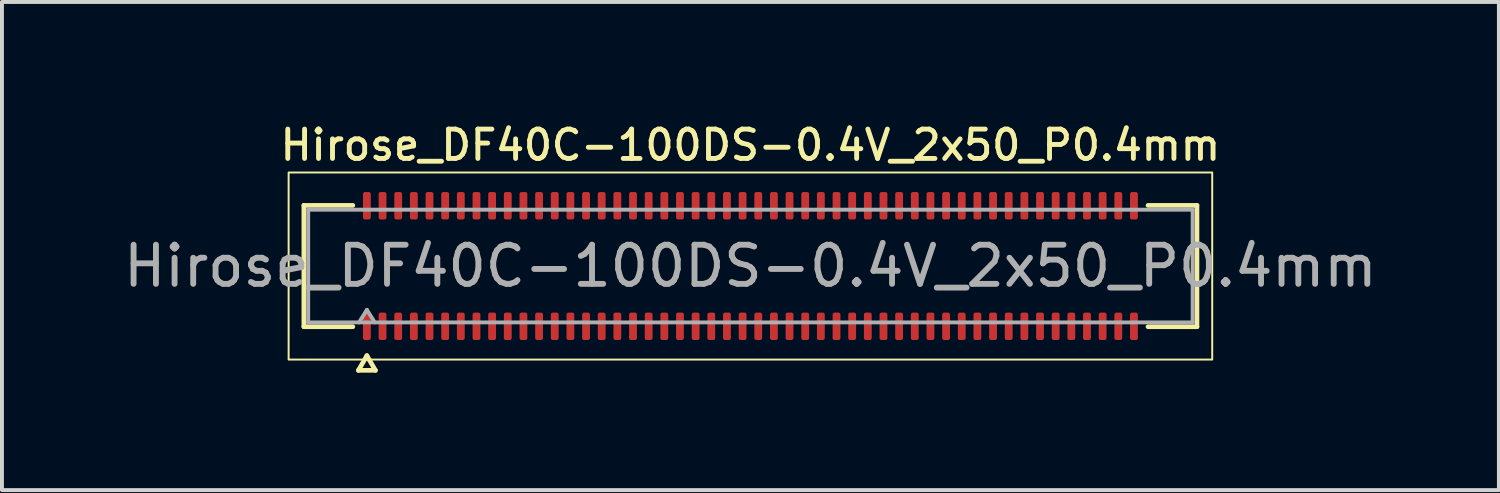
<source format=kicad_pcb>
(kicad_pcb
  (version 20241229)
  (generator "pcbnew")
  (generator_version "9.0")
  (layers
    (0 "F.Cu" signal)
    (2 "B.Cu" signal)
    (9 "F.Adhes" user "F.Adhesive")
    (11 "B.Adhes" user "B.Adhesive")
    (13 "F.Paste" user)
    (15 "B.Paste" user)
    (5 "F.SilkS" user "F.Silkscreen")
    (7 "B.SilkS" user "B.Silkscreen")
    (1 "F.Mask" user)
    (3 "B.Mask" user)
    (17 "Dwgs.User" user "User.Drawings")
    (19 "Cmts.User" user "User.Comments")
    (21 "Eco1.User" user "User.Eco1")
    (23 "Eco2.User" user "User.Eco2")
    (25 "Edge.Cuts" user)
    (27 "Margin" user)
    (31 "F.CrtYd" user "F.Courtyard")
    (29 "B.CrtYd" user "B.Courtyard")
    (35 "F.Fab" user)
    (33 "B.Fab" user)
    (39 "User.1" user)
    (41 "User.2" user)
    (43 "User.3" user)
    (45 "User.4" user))
  (footprint "Hirose_DF40C-100DS-0.4V_2x50_P0.4mm"
    (layer "F.Cu")
    (at 16.125 3.748)
    (property "Reference" "Hirose_DF40C-100DS-0.4V_2x50_P0.4mm" (at 0 -3.09 0) (layer "F.SilkS") (effects (font (size 0.75 0.75) (thickness 0.125))))
    (attr smd)
    (fp_line (start -11.41 -1.55) (end -10.16 -1.55) (stroke (width 0.12) (type solid)) (layer "F.SilkS"))
    (fp_line (start -11.41 1.55) (end -11.41 -1.55) (stroke (width 0.12) (type solid)) (layer "F.SilkS"))
    (fp_line (start -10.16 1.55) (end -11.41 1.55) (stroke (width 0.12) (type solid)) (layer "F.SilkS"))
    (fp_line (start -10.017 2.665) (end -9.8 2.29) (stroke (width 0.12) (type solid)) (layer "F.SilkS"))
    (fp_line (start -9.8 2.29) (end -9.583 2.665) (stroke (width 0.12) (type solid)) (layer "F.SilkS"))
    (fp_line (start -9.583 2.665) (end -10.017 2.665) (stroke (width 0.12) (type solid)) (layer "F.SilkS"))
    (fp_line (start 10.16 -1.55) (end 11.41 -1.55) (stroke (width 0.12) (type solid)) (layer "F.SilkS"))
    (fp_line (start 11.41 -1.55) (end 11.41 1.55) (stroke (width 0.12) (type solid)) (layer "F.SilkS"))
    (fp_line (start 11.41 1.55) (end 10.16 1.55) (stroke (width 0.12) (type solid)) (layer "F.SilkS"))
    (fp_rect (start -11.8 -2.39) (end 11.8 2.39) (stroke (width 0.05) (type solid)) (fill no) (layer "F.SilkS"))
    (fp_line (start -11.3 -1.44) (end 11.3 -1.44) (stroke (width 0.1) (type solid)) (layer "F.Fab"))
    (fp_line (start -11.3 1.44) (end -11.3 -1.44) (stroke (width 0.1) (type solid)) (layer "F.Fab"))
    (fp_line (start -10 1.44) (end -9.8 1.12) (stroke (width 0.1) (type solid)) (layer "F.Fab"))
    (fp_line (start -9.8 1.12) (end -9.6 1.44) (stroke (width 0.1) (type solid)) (layer "F.Fab"))
    (fp_line (start 11.3 -1.44) (end 11.3 1.44) (stroke (width 0.1) (type solid)) (layer "F.Fab"))
    (fp_line (start 11.3 1.44) (end -11.3 1.44) (stroke (width 0.1) (type solid)) (layer "F.Fab"))
    (fp_text user "${REFERENCE}" (at 0 0 0) (layer "F.Fab") (effects (font (size 1 1) (thickness 0.15))))
    (pad "1" smd roundrect (at -9.8 1.54) (size 0.2 0.7) (layers "F.Cu" "F.Mask" "F.Paste") (roundrect_rratio 0.25))
    (pad "2" smd roundrect (at -9.8 -1.54) (size 0.2 0.7) (layers "F.Cu" "F.Mask" "F.Paste") (roundrect_rratio 0.25))
    (pad "3" smd roundrect (at -9.4 1.54) (size 0.2 0.7) (layers "F.Cu" "F.Mask" "F.Paste") (roundrect_rratio 0.25))
    (pad "4" smd roundrect (at -9.4 -1.54) (size 0.2 0.7) (layers "F.Cu" "F.Mask" "F.Paste") (roundrect_rratio 0.25))
    (pad "5" smd roundrect (at -9 1.54) (size 0.2 0.7) (layers "F.Cu" "F.Mask" "F.Paste") (roundrect_rratio 0.25))
    (pad "6" smd roundrect (at -9 -1.54) (size 0.2 0.7) (layers "F.Cu" "F.Mask" "F.Paste") (roundrect_rratio 0.25))
    (pad "7" smd roundrect (at -8.6 1.54) (size 0.2 0.7) (layers "F.Cu" "F.Mask" "F.Paste") (roundrect_rratio 0.25))
    (pad "8" smd roundrect (at -8.6 -1.54) (size 0.2 0.7) (layers "F.Cu" "F.Mask" "F.Paste") (roundrect_rratio 0.25))
    (pad "9" smd roundrect (at -8.2 1.54) (size 0.2 0.7) (layers "F.Cu" "F.Mask" "F.Paste") (roundrect_rratio 0.25))
    (pad "10" smd roundrect (at -8.2 -1.54) (size 0.2 0.7) (layers "F.Cu" "F.Mask" "F.Paste") (roundrect_rratio 0.25))
    (pad "11" smd roundrect (at -7.8 1.54) (size 0.2 0.7) (layers "F.Cu" "F.Mask" "F.Paste") (roundrect_rratio 0.25))
    (pad "12" smd roundrect (at -7.8 -1.54) (size 0.2 0.7) (layers "F.Cu" "F.Mask" "F.Paste") (roundrect_rratio 0.25))
    (pad "13" smd roundrect (at -7.4 1.54) (size 0.2 0.7) (layers "F.Cu" "F.Mask" "F.Paste") (roundrect_rratio 0.25))
    (pad "14" smd roundrect (at -7.4 -1.54) (size 0.2 0.7) (layers "F.Cu" "F.Mask" "F.Paste") (roundrect_rratio 0.25))
    (pad "15" smd roundrect (at -7 1.54) (size 0.2 0.7) (layers "F.Cu" "F.Mask" "F.Paste") (roundrect_rratio 0.25))
    (pad "16" smd roundrect (at -7 -1.54) (size 0.2 0.7) (layers "F.Cu" "F.Mask" "F.Paste") (roundrect_rratio 0.25))
    (pad "17" smd roundrect (at -6.6 1.54) (size 0.2 0.7) (layers "F.Cu" "F.Mask" "F.Paste") (roundrect_rratio 0.25))
    (pad "18" smd roundrect (at -6.6 -1.54) (size 0.2 0.7) (layers "F.Cu" "F.Mask" "F.Paste") (roundrect_rratio 0.25))
    (pad "19" smd roundrect (at -6.2 1.54) (size 0.2 0.7) (layers "F.Cu" "F.Mask" "F.Paste") (roundrect_rratio 0.25))
    (pad "20" smd roundrect (at -6.2 -1.54) (size 0.2 0.7) (layers "F.Cu" "F.Mask" "F.Paste") (roundrect_rratio 0.25))
    (pad "21" smd roundrect (at -5.8 1.54) (size 0.2 0.7) (layers "F.Cu" "F.Mask" "F.Paste") (roundrect_rratio 0.25))
    (pad "22" smd roundrect (at -5.8 -1.54) (size 0.2 0.7) (layers "F.Cu" "F.Mask" "F.Paste") (roundrect_rratio 0.25))
    (pad "23" smd roundrect (at -5.4 1.54) (size 0.2 0.7) (layers "F.Cu" "F.Mask" "F.Paste") (roundrect_rratio 0.25))
    (pad "24" smd roundrect (at -5.4 -1.54) (size 0.2 0.7) (layers "F.Cu" "F.Mask" "F.Paste") (roundrect_rratio 0.25))
    (pad "25" smd roundrect (at -5 1.54) (size 0.2 0.7) (layers "F.Cu" "F.Mask" "F.Paste") (roundrect_rratio 0.25))
    (pad "26" smd roundrect (at -5 -1.54) (size 0.2 0.7) (layers "F.Cu" "F.Mask" "F.Paste") (roundrect_rratio 0.25))
    (pad "27" smd roundrect (at -4.6 1.54) (size 0.2 0.7) (layers "F.Cu" "F.Mask" "F.Paste") (roundrect_rratio 0.25))
    (pad "28" smd roundrect (at -4.6 -1.54) (size 0.2 0.7) (layers "F.Cu" "F.Mask" "F.Paste") (roundrect_rratio 0.25))
    (pad "29" smd roundrect (at -4.2 1.54) (size 0.2 0.7) (layers "F.Cu" "F.Mask" "F.Paste") (roundrect_rratio 0.25))
    (pad "30" smd roundrect (at -4.2 -1.54) (size 0.2 0.7) (layers "F.Cu" "F.Mask" "F.Paste") (roundrect_rratio 0.25))
    (pad "31" smd roundrect (at -3.8 1.54) (size 0.2 0.7) (layers "F.Cu" "F.Mask" "F.Paste") (roundrect_rratio 0.25))
    (pad "32" smd roundrect (at -3.8 -1.54) (size 0.2 0.7) (layers "F.Cu" "F.Mask" "F.Paste") (roundrect_rratio 0.25))
    (pad "33" smd roundrect (at -3.4 1.54) (size 0.2 0.7) (layers "F.Cu" "F.Mask" "F.Paste") (roundrect_rratio 0.25))
    (pad "34" smd roundrect (at -3.4 -1.54) (size 0.2 0.7) (layers "F.Cu" "F.Mask" "F.Paste") (roundrect_rratio 0.25))
    (pad "35" smd roundrect (at -3 1.54) (size 0.2 0.7) (layers "F.Cu" "F.Mask" "F.Paste") (roundrect_rratio 0.25))
    (pad "36" smd roundrect (at -3 -1.54) (size 0.2 0.7) (layers "F.Cu" "F.Mask" "F.Paste") (roundrect_rratio 0.25))
    (pad "37" smd roundrect (at -2.6 1.54) (size 0.2 0.7) (layers "F.Cu" "F.Mask" "F.Paste") (roundrect_rratio 0.25))
    (pad "38" smd roundrect (at -2.6 -1.54) (size 0.2 0.7) (layers "F.Cu" "F.Mask" "F.Paste") (roundrect_rratio 0.25))
    (pad "39" smd roundrect (at -2.2 1.54) (size 0.2 0.7) (layers "F.Cu" "F.Mask" "F.Paste") (roundrect_rratio 0.25))
    (pad "40" smd roundrect (at -2.2 -1.54) (size 0.2 0.7) (layers "F.Cu" "F.Mask" "F.Paste") (roundrect_rratio 0.25))
    (pad "41" smd roundrect (at -1.8 1.54) (size 0.2 0.7) (layers "F.Cu" "F.Mask" "F.Paste") (roundrect_rratio 0.25))
    (pad "42" smd roundrect (at -1.8 -1.54) (size 0.2 0.7) (layers "F.Cu" "F.Mask" "F.Paste") (roundrect_rratio 0.25))
    (pad "43" smd roundrect (at -1.4 1.54) (size 0.2 0.7) (layers "F.Cu" "F.Mask" "F.Paste") (roundrect_rratio 0.25))
    (pad "44" smd roundrect (at -1.4 -1.54) (size 0.2 0.7) (layers "F.Cu" "F.Mask" "F.Paste") (roundrect_rratio 0.25))
    (pad "45" smd roundrect (at -1 1.54) (size 0.2 0.7) (layers "F.Cu" "F.Mask" "F.Paste") (roundrect_rratio 0.25))
    (pad "46" smd roundrect (at -1 -1.54) (size 0.2 0.7) (layers "F.Cu" "F.Mask" "F.Paste") (roundrect_rratio 0.25))
    (pad "47" smd roundrect (at -0.6 1.54) (size 0.2 0.7) (layers "F.Cu" "F.Mask" "F.Paste") (roundrect_rratio 0.25))
    (pad "48" smd roundrect (at -0.6 -1.54) (size 0.2 0.7) (layers "F.Cu" "F.Mask" "F.Paste") (roundrect_rratio 0.25))
    (pad "49" smd roundrect (at -0.2 1.54) (size 0.2 0.7) (layers "F.Cu" "F.Mask" "F.Paste") (roundrect_rratio 0.25))
    (pad "50" smd roundrect (at -0.2 -1.54) (size 0.2 0.7) (layers "F.Cu" "F.Mask" "F.Paste") (roundrect_rratio 0.25))
    (pad "51" smd roundrect (at 0.2 1.54) (size 0.2 0.7) (layers "F.Cu" "F.Mask" "F.Paste") (roundrect_rratio 0.25))
    (pad "52" smd roundrect (at 0.2 -1.54) (size 0.2 0.7) (layers "F.Cu" "F.Mask" "F.Paste") (roundrect_rratio 0.25))
    (pad "53" smd roundrect (at 0.6 1.54) (size 0.2 0.7) (layers "F.Cu" "F.Mask" "F.Paste") (roundrect_rratio 0.25))
    (pad "54" smd roundrect (at 0.6 -1.54) (size 0.2 0.7) (layers "F.Cu" "F.Mask" "F.Paste") (roundrect_rratio 0.25))
    (pad "55" smd roundrect (at 1 1.54) (size 0.2 0.7) (layers "F.Cu" "F.Mask" "F.Paste") (roundrect_rratio 0.25))
    (pad "56" smd roundrect (at 1 -1.54) (size 0.2 0.7) (layers "F.Cu" "F.Mask" "F.Paste") (roundrect_rratio 0.25))
    (pad "57" smd roundrect (at 1.4 1.54) (size 0.2 0.7) (layers "F.Cu" "F.Mask" "F.Paste") (roundrect_rratio 0.25))
    (pad "58" smd roundrect (at 1.4 -1.54) (size 0.2 0.7) (layers "F.Cu" "F.Mask" "F.Paste") (roundrect_rratio 0.25))
    (pad "59" smd roundrect (at 1.8 1.54) (size 0.2 0.7) (layers "F.Cu" "F.Mask" "F.Paste") (roundrect_rratio 0.25))
    (pad "60" smd roundrect (at 1.8 -1.54) (size 0.2 0.7) (layers "F.Cu" "F.Mask" "F.Paste") (roundrect_rratio 0.25))
    (pad "61" smd roundrect (at 2.2 1.54) (size 0.2 0.7) (layers "F.Cu" "F.Mask" "F.Paste") (roundrect_rratio 0.25))
    (pad "62" smd roundrect (at 2.2 -1.54) (size 0.2 0.7) (layers "F.Cu" "F.Mask" "F.Paste") (roundrect_rratio 0.25))
    (pad "63" smd roundrect (at 2.6 1.54) (size 0.2 0.7) (layers "F.Cu" "F.Mask" "F.Paste") (roundrect_rratio 0.25))
    (pad "64" smd roundrect (at 2.6 -1.54) (size 0.2 0.7) (layers "F.Cu" "F.Mask" "F.Paste") (roundrect_rratio 0.25))
    (pad "65" smd roundrect (at 3 1.54) (size 0.2 0.7) (layers "F.Cu" "F.Mask" "F.Paste") (roundrect_rratio 0.25))
    (pad "66" smd roundrect (at 3 -1.54) (size 0.2 0.7) (layers "F.Cu" "F.Mask" "F.Paste") (roundrect_rratio 0.25))
    (pad "67" smd roundrect (at 3.4 1.54) (size 0.2 0.7) (layers "F.Cu" "F.Mask" "F.Paste") (roundrect_rratio 0.25))
    (pad "68" smd roundrect (at 3.4 -1.54) (size 0.2 0.7) (layers "F.Cu" "F.Mask" "F.Paste") (roundrect_rratio 0.25))
    (pad "69" smd roundrect (at 3.8 1.54) (size 0.2 0.7) (layers "F.Cu" "F.Mask" "F.Paste") (roundrect_rratio 0.25))
    (pad "70" smd roundrect (at 3.8 -1.54) (size 0.2 0.7) (layers "F.Cu" "F.Mask" "F.Paste") (roundrect_rratio 0.25))
    (pad "71" smd roundrect (at 4.2 1.54) (size 0.2 0.7) (layers "F.Cu" "F.Mask" "F.Paste") (roundrect_rratio 0.25))
    (pad "72" smd roundrect (at 4.2 -1.54) (size 0.2 0.7) (layers "F.Cu" "F.Mask" "F.Paste") (roundrect_rratio 0.25))
    (pad "73" smd roundrect (at 4.6 1.54) (size 0.2 0.7) (layers "F.Cu" "F.Mask" "F.Paste") (roundrect_rratio 0.25))
    (pad "74" smd roundrect (at 4.6 -1.54) (size 0.2 0.7) (layers "F.Cu" "F.Mask" "F.Paste") (roundrect_rratio 0.25))
    (pad "75" smd roundrect (at 5 1.54) (size 0.2 0.7) (layers "F.Cu" "F.Mask" "F.Paste") (roundrect_rratio 0.25))
    (pad "76" smd roundrect (at 5 -1.54) (size 0.2 0.7) (layers "F.Cu" "F.Mask" "F.Paste") (roundrect_rratio 0.25))
    (pad "77" smd roundrect (at 5.4 1.54) (size 0.2 0.7) (layers "F.Cu" "F.Mask" "F.Paste") (roundrect_rratio 0.25))
    (pad "78" smd roundrect (at 5.4 -1.54) (size 0.2 0.7) (layers "F.Cu" "F.Mask" "F.Paste") (roundrect_rratio 0.25))
    (pad "79" smd roundrect (at 5.8 1.54) (size 0.2 0.7) (layers "F.Cu" "F.Mask" "F.Paste") (roundrect_rratio 0.25))
    (pad "80" smd roundrect (at 5.8 -1.54) (size 0.2 0.7) (layers "F.Cu" "F.Mask" "F.Paste") (roundrect_rratio 0.25))
    (pad "81" smd roundrect (at 6.2 1.54) (size 0.2 0.7) (layers "F.Cu" "F.Mask" "F.Paste") (roundrect_rratio 0.25))
    (pad "82" smd roundrect (at 6.2 -1.54) (size 0.2 0.7) (layers "F.Cu" "F.Mask" "F.Paste") (roundrect_rratio 0.25))
    (pad "83" smd roundrect (at 6.6 1.54) (size 0.2 0.7) (layers "F.Cu" "F.Mask" "F.Paste") (roundrect_rratio 0.25))
    (pad "84" smd roundrect (at 6.6 -1.54) (size 0.2 0.7) (layers "F.Cu" "F.Mask" "F.Paste") (roundrect_rratio 0.25))
    (pad "85" smd roundrect (at 7 1.54) (size 0.2 0.7) (layers "F.Cu" "F.Mask" "F.Paste") (roundrect_rratio 0.25))
    (pad "86" smd roundrect (at 7 -1.54) (size 0.2 0.7) (layers "F.Cu" "F.Mask" "F.Paste") (roundrect_rratio 0.25))
    (pad "87" smd roundrect (at 7.4 1.54) (size 0.2 0.7) (layers "F.Cu" "F.Mask" "F.Paste") (roundrect_rratio 0.25))
    (pad "88" smd roundrect (at 7.4 -1.54) (size 0.2 0.7) (layers "F.Cu" "F.Mask" "F.Paste") (roundrect_rratio 0.25))
    (pad "89" smd roundrect (at 7.8 1.54) (size 0.2 0.7) (layers "F.Cu" "F.Mask" "F.Paste") (roundrect_rratio 0.25))
    (pad "90" smd roundrect (at 7.8 -1.54) (size 0.2 0.7) (layers "F.Cu" "F.Mask" "F.Paste") (roundrect_rratio 0.25))
    (pad "91" smd roundrect (at 8.2 1.54) (size 0.2 0.7) (layers "F.Cu" "F.Mask" "F.Paste") (roundrect_rratio 0.25))
    (pad "92" smd roundrect (at 8.2 -1.54) (size 0.2 0.7) (layers "F.Cu" "F.Mask" "F.Paste") (roundrect_rratio 0.25))
    (pad "93" smd roundrect (at 8.6 1.54) (size 0.2 0.7) (layers "F.Cu" "F.Mask" "F.Paste") (roundrect_rratio 0.25))
    (pad "94" smd roundrect (at 8.6 -1.54) (size 0.2 0.7) (layers "F.Cu" "F.Mask" "F.Paste") (roundrect_rratio 0.25))
    (pad "95" smd roundrect (at 9 1.54) (size 0.2 0.7) (layers "F.Cu" "F.Mask" "F.Paste") (roundrect_rratio 0.25))
    (pad "96" smd roundrect (at 9 -1.54) (size 0.2 0.7) (layers "F.Cu" "F.Mask" "F.Paste") (roundrect_rratio 0.25))
    (pad "97" smd roundrect (at 9.4 1.54) (size 0.2 0.7) (layers "F.Cu" "F.Mask" "F.Paste") (roundrect_rratio 0.25))
    (pad "98" smd roundrect (at 9.4 -1.54) (size 0.2 0.7) (layers "F.Cu" "F.Mask" "F.Paste") (roundrect_rratio 0.25))
    (pad "99" smd roundrect (at 9.8 1.54) (size 0.2 0.7) (layers "F.Cu" "F.Mask" "F.Paste") (roundrect_rratio 0.25))
    (pad "100" smd roundrect (at 9.8 -1.54) (size 0.2 0.7) (layers "F.Cu" "F.Mask" "F.Paste") (roundrect_rratio 0.25)))
  (gr_rect
    (start -3 -3)
    (end 35.25 9.473)
    (stroke (width 0.1) (type default))
    (fill no)
    (layer "Edge.Cuts")))
</source>
